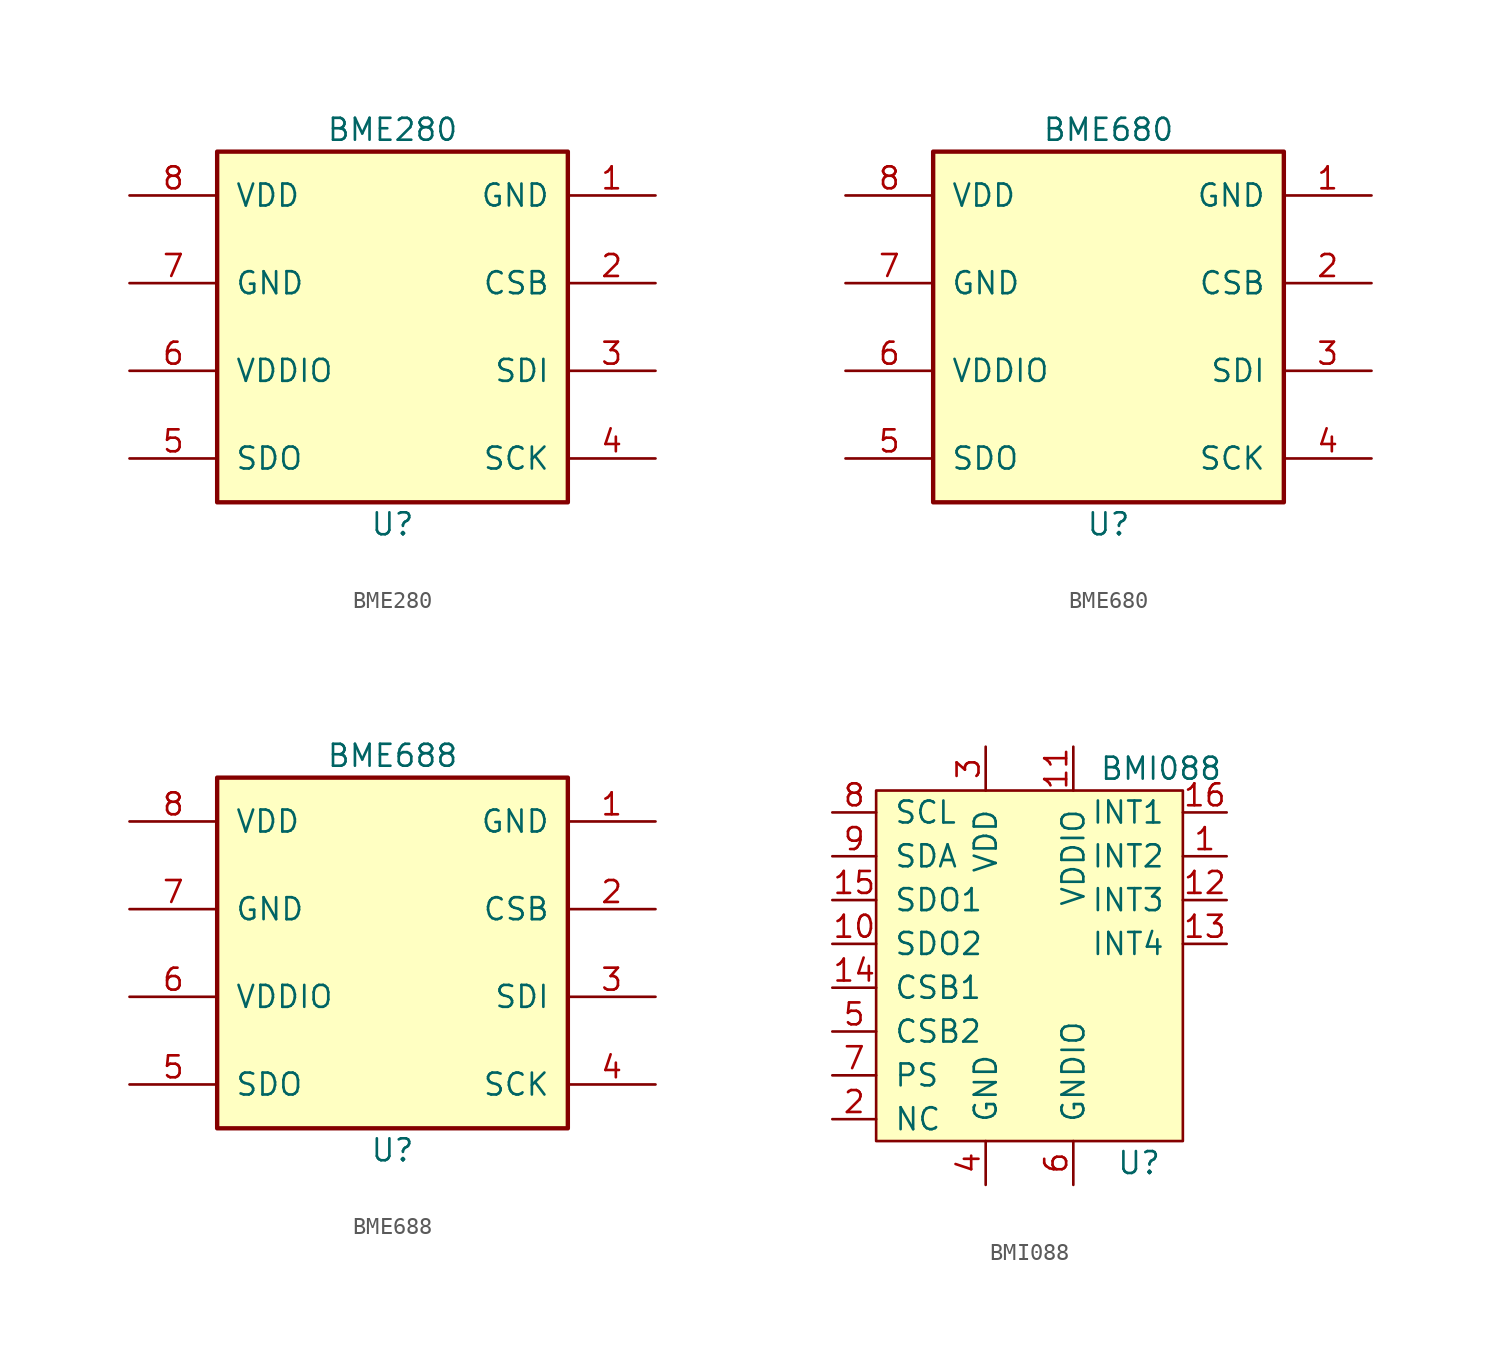
<source format=kicad_sym>
(kicad_symbol_lib
  (version 20211014)
  (generator kicad_symbol_editor)
  (symbol "BME280"
    (pin_names
      (offset 1.016))
    (property "Reference" "U"
      (at 0 -22.86 0)
      (effects (font (size 1.27 1.27))))
    (property "Value" "BME280"
      (at 0 0 0)
      (effects (font (size 1.27 1.27))))
    (symbol "BME280_1_1"
      (rectangle (start -10.16 -1.27) (end 10.16 -21.59) (stroke (width 0.254) (type default) (color 0 0 0 0)) (fill (type background)))
      (pin power_in line (at 15.24 -3.81 180) (length 5.08) (name "GND" (effects (font (size 1.27 1.27)))) (number "1" (effects (font (size 1.27 1.27)))))
      (pin input line (at 15.24 -8.89 180) (length 5.08) (name "CSB" (effects (font (size 1.27 1.27)))) (number "2" (effects (font (size 1.27 1.27)))))
      (pin bidirectional line (at 15.24 -13.97 180) (length 5.08) (name "SDI" (effects (font (size 1.27 1.27)))) (number "3" (effects (font (size 1.27 1.27)))))
      (pin input line (at 15.24 -19.05 180) (length 5.08) (name "SCK" (effects (font (size 1.27 1.27)))) (number "4" (effects (font (size 1.27 1.27)))))
      (pin bidirectional line (at -15.24 -19.05 0) (length 5.08) (name "SDO" (effects (font (size 1.27 1.27)))) (number "5" (effects (font (size 1.27 1.27)))))
      (pin power_in line (at -15.24 -13.97 0) (length 5.08) (name "VDDIO" (effects (font (size 1.27 1.27)))) (number "6" (effects (font (size 1.27 1.27)))))
      (pin power_in line (at -15.24 -8.89 0) (length 5.08) (name "GND" (effects (font (size 1.27 1.27)))) (number "7" (effects (font (size 1.27 1.27)))))
      (pin power_in line (at -15.24 -3.81 0) (length 5.08) (name "VDD" (effects (font (size 1.27 1.27)))) (number "8" (effects (font (size 1.27 1.27)))))))
  (symbol "BME680"
    (pin_names
      (offset 1.016))
    (property "Reference" "U"
      (at 0 -21.59 0)
      (effects (font (size 1.27 1.27))))
    (property "Value" "BME680"
      (at 0 1.27 0)
      (effects (font (size 1.27 1.27))))
    (symbol "BME680_1_1"
      (rectangle (start -10.16 0) (end 10.16 -20.32) (stroke (width 0.254) (type default) (color 0 0 0 0)) (fill (type background)))
      (pin power_in line (at 15.24 -2.54 180) (length 5.08) (name "GND" (effects (font (size 1.27 1.27)))) (number "1" (effects (font (size 1.27 1.27)))))
      (pin input line (at 15.24 -7.62 180) (length 5.08) (name "CSB" (effects (font (size 1.27 1.27)))) (number "2" (effects (font (size 1.27 1.27)))))
      (pin bidirectional line (at 15.24 -12.7 180) (length 5.08) (name "SDI" (effects (font (size 1.27 1.27)))) (number "3" (effects (font (size 1.27 1.27)))))
      (pin input line (at 15.24 -17.78 180) (length 5.08) (name "SCK" (effects (font (size 1.27 1.27)))) (number "4" (effects (font (size 1.27 1.27)))))
      (pin bidirectional line (at -15.24 -17.78 0) (length 5.08) (name "SDO" (effects (font (size 1.27 1.27)))) (number "5" (effects (font (size 1.27 1.27)))))
      (pin power_in line (at -15.24 -12.7 0) (length 5.08) (name "VDDIO" (effects (font (size 1.27 1.27)))) (number "6" (effects (font (size 1.27 1.27)))))
      (pin power_in line (at -15.24 -7.62 0) (length 5.08) (name "GND" (effects (font (size 1.27 1.27)))) (number "7" (effects (font (size 1.27 1.27)))))
      (pin power_in line (at -15.24 -2.54 0) (length 5.08) (name "VDD" (effects (font (size 1.27 1.27)))) (number "8" (effects (font (size 1.27 1.27)))))))
  (symbol "BME688"
    (pin_names
      (offset 1.016))
    (property "Reference" "U"
      (at 0 -21.59 0)
      (effects (font (size 1.27 1.27))))
    (property "Value" "BME688"
      (at 0 1.27 0)
      (effects (font (size 1.27 1.27))))
    (symbol "BME688_1_1"
      (rectangle (start -10.16 0) (end 10.16 -20.32) (stroke (width 0.254) (type default) (color 0 0 0 0)) (fill (type background)))
      (pin power_in line (at 15.24 -2.54 180) (length 5.08) (name "GND" (effects (font (size 1.27 1.27)))) (number "1" (effects (font (size 1.27 1.27)))))
      (pin input line (at 15.24 -7.62 180) (length 5.08) (name "CSB" (effects (font (size 1.27 1.27)))) (number "2" (effects (font (size 1.27 1.27)))))
      (pin bidirectional line (at 15.24 -12.7 180) (length 5.08) (name "SDI" (effects (font (size 1.27 1.27)))) (number "3" (effects (font (size 1.27 1.27)))))
      (pin input line (at 15.24 -17.78 180) (length 5.08) (name "SCK" (effects (font (size 1.27 1.27)))) (number "4" (effects (font (size 1.27 1.27)))))
      (pin bidirectional line (at -15.24 -17.78 0) (length 5.08) (name "SDO" (effects (font (size 1.27 1.27)))) (number "5" (effects (font (size 1.27 1.27)))))
      (pin power_in line (at -15.24 -12.7 0) (length 5.08) (name "VDDIO" (effects (font (size 1.27 1.27)))) (number "6" (effects (font (size 1.27 1.27)))))
      (pin power_in line (at -15.24 -7.62 0) (length 5.08) (name "GND" (effects (font (size 1.27 1.27)))) (number "7" (effects (font (size 1.27 1.27)))))
      (pin power_in line (at -15.24 -2.54 0) (length 5.08) (name "VDD" (effects (font (size 1.27 1.27)))) (number "8" (effects (font (size 1.27 1.27)))))))
  (symbol "BMI088"
    (pin_names
      (offset 1.016))
    (property "Reference" "U"
      (at 6.35 -21.59 0)
      (effects (font (size 1.27 1.27))))
    (property "Value" "BMI088"
      (at 7.62 1.27 0)
      (effects (font (size 1.27 1.27))))
    (symbol "BMI088_0_1"
      (rectangle (start -8.89 0) (end 8.89 -20.32) (stroke (width 0) (type default) (color 0 0 0 0)) (fill (type background))))
    (symbol "BMI088_1_1"
      (pin bidirectional line (at 11.43 -3.81 180) (length 2.54) (name "INT2" (effects (font (size 1.27 1.27)))) (number "1" (effects (font (size 1.27 1.27)))))
      (pin output line (at -11.43 -8.89 0) (length 2.54) (name "SDO2" (effects (font (size 1.27 1.27)))) (number "10" (effects (font (size 1.27 1.27)))))
      (pin power_out line (at 2.54 2.54 270) (length 2.54) (name "VDDIO" (effects (font (size 1.27 1.27)))) (number "11" (effects (font (size 1.27 1.27)))))
      (pin output line (at 11.43 -6.35 180) (length 2.54) (name "INT3" (effects (font (size 1.27 1.27)))) (number "12" (effects (font (size 1.27 1.27)))))
      (pin output line (at 11.43 -8.89 180) (length 2.54) (name "INT4" (effects (font (size 1.27 1.27)))) (number "13" (effects (font (size 1.27 1.27)))))
      (pin input line (at -11.43 -11.43 0) (length 2.54) (name "CSB1" (effects (font (size 1.27 1.27)))) (number "14" (effects (font (size 1.27 1.27)))))
      (pin output line (at -11.43 -6.35 0) (length 2.54) (name "SDO1" (effects (font (size 1.27 1.27)))) (number "15" (effects (font (size 1.27 1.27)))))
      (pin bidirectional line (at 11.43 -1.27 180) (length 2.54) (name "INT1" (effects (font (size 1.27 1.27)))) (number "16" (effects (font (size 1.27 1.27)))))
      (pin passive line (at -11.43 -19.05 0) (length 2.54) (name "NC" (effects (font (size 1.27 1.27)))) (number "2" (effects (font (size 1.27 1.27)))))
      (pin power_in line (at -2.54 2.54 270) (length 2.54) (name "VDD" (effects (font (size 1.27 1.27)))) (number "3" (effects (font (size 1.27 1.27)))))
      (pin passive line (at -2.54 -22.86 90) (length 2.54) (name "GND" (effects (font (size 1.27 1.27)))) (number "4" (effects (font (size 1.27 1.27)))))
      (pin input line (at -11.43 -13.97 0) (length 2.54) (name "CSB2" (effects (font (size 1.27 1.27)))) (number "5" (effects (font (size 1.27 1.27)))))
      (pin passive line (at 2.54 -22.86 90) (length 2.54) (name "GNDIO" (effects (font (size 1.27 1.27)))) (number "6" (effects (font (size 1.27 1.27)))))
      (pin input line (at -11.43 -16.51 0) (length 2.54) (name "PS" (effects (font (size 1.27 1.27)))) (number "7" (effects (font (size 1.27 1.27)))))
      (pin input line (at -11.43 -1.27 0) (length 2.54) (name "SCL" (effects (font (size 1.27 1.27)))) (number "8" (effects (font (size 1.27 1.27)))))
      (pin bidirectional line (at -11.43 -3.81 0) (length 2.54) (name "SDA" (effects (font (size 1.27 1.27)))) (number "9" (effects (font (size 1.27 1.27))))))))
</source>
